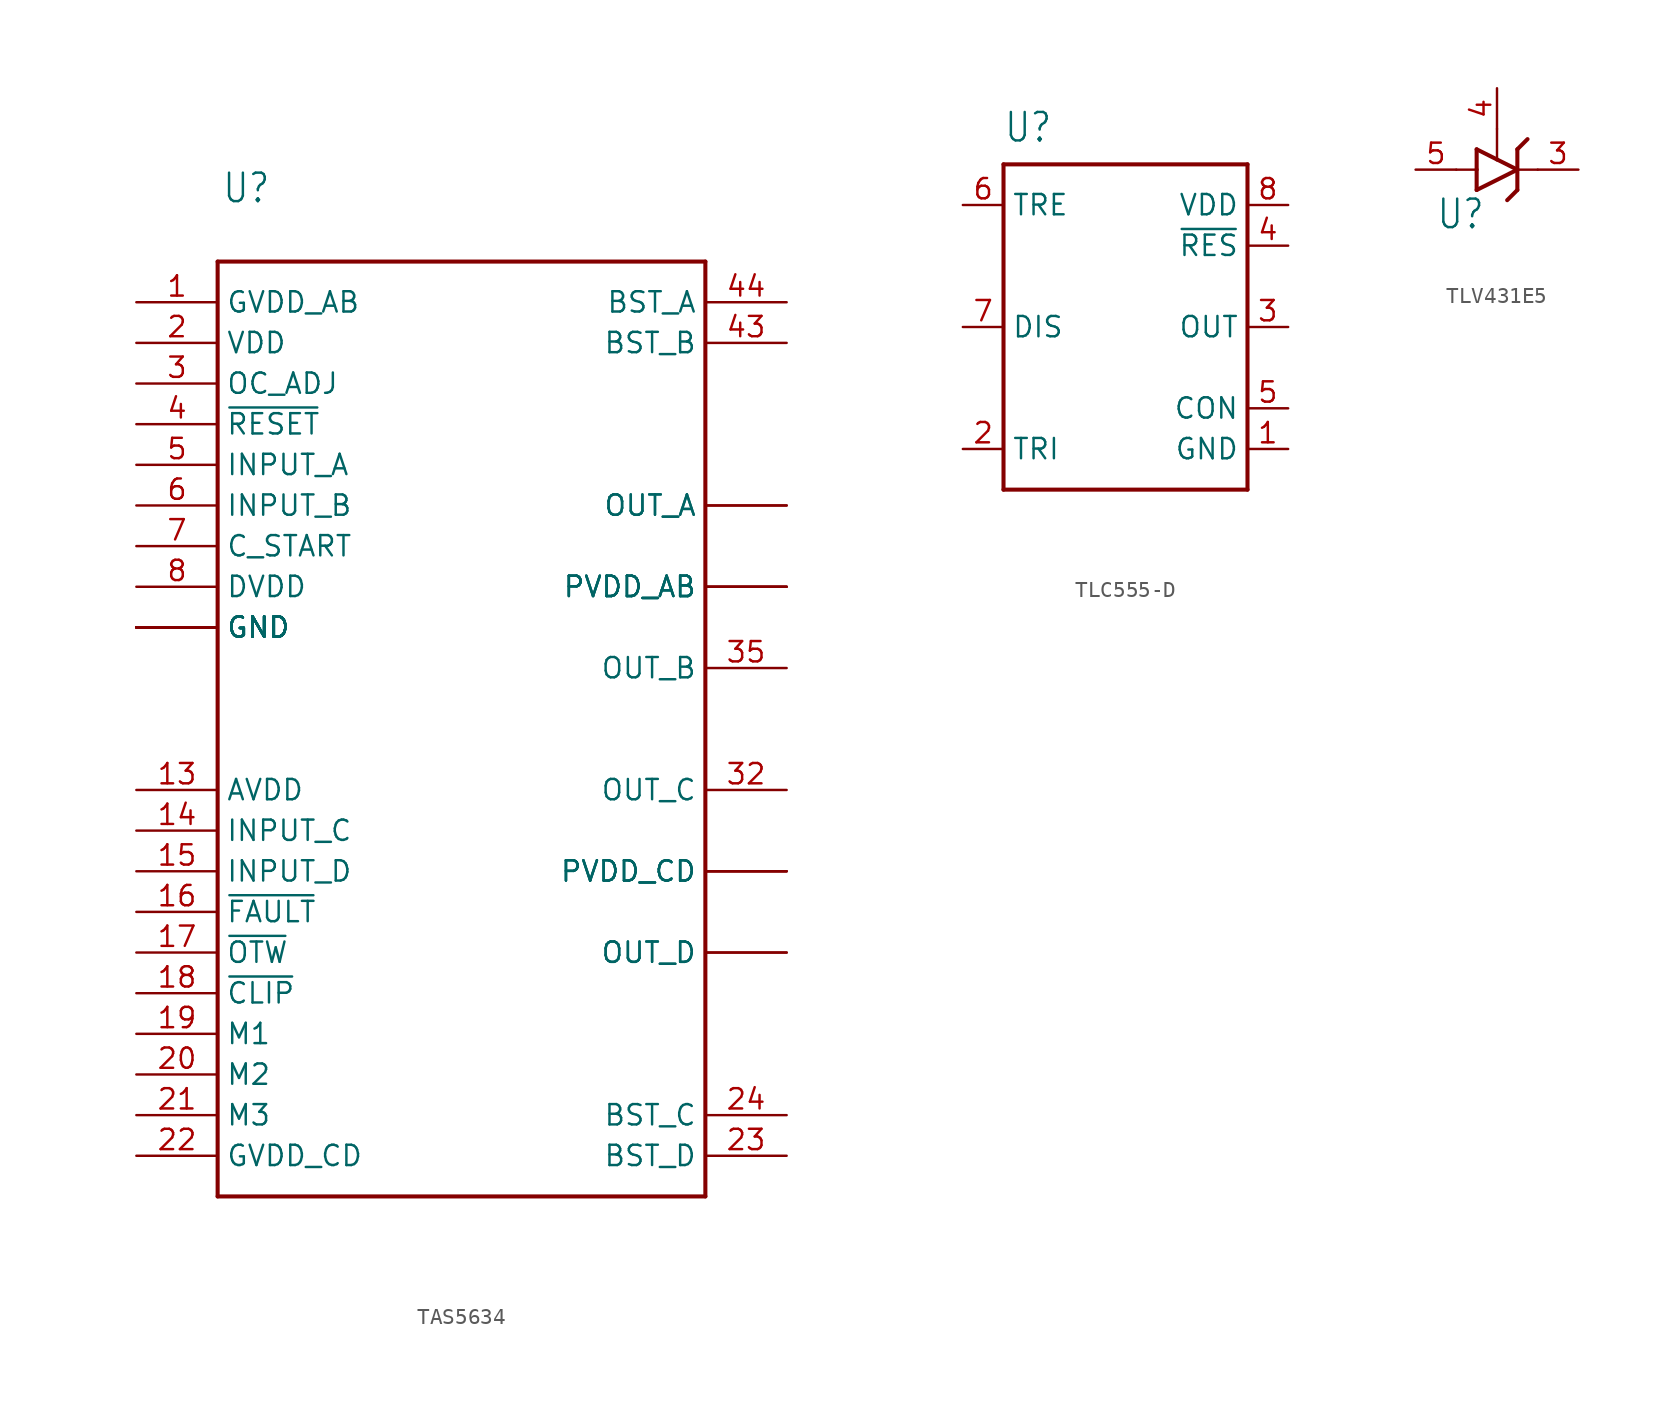
<source format=kicad_sym>
(kicad_symbol_lib
  (version 20231120)
  (generator "kicad_symbol_editor")
  (generator_version "8.0")
  (symbol "TAS5634"
    (property "Reference" "U"
      (at -14.986 31.496 0)
      (effects (font (size 1.778 1.511)) (justify left bottom)))
    (property "Value" ""
      (at -14.986 28.702 0)
      (effects (font (size 1.778 1.511)) (justify left bottom)))
    (property "ki_locked" ""
      (at 0 0 0)
      (effects (font (size 1.27 1.27))))
    (symbol "TAS5634_1_0"
      (polyline (pts (xy -15.24 -30.48) (xy 15.24 -30.48)) (stroke (width 0.254) (type solid)) (fill (type none)))
      (polyline (pts (xy -15.24 27.94) (xy -15.24 -30.48)) (stroke (width 0.254) (type solid)) (fill (type none)))
      (polyline (pts (xy 15.24 -30.48) (xy 15.24 27.94)) (stroke (width 0.254) (type solid)) (fill (type none)))
      (polyline (pts (xy 15.24 27.94) (xy -15.24 27.94)) (stroke (width 0.254) (type solid)) (fill (type none)))
      (pin bidirectional line (at -20.32 25.4 0) (length 5.08) (name "GVDD_AB" (effects (font (size 1.27 1.27)))) (number "1" (effects (font (size 1.27 1.27)))))
      (pin bidirectional line (at -20.32 5.08 0) (length 5.08) (name "GND" (effects (font (size 1.27 1.27)))) (number "10" (effects (font (size 0 0)))))
      (pin bidirectional line (at -20.32 5.08 0) (length 5.08) (name "GND" (effects (font (size 1.27 1.27)))) (number "11" (effects (font (size 0 0)))))
      (pin bidirectional line (at -20.32 5.08 0) (length 5.08) (name "GND" (effects (font (size 1.27 1.27)))) (number "12" (effects (font (size 0 0)))))
      (pin bidirectional line (at -20.32 -5.08 0) (length 5.08) (name "AVDD" (effects (font (size 1.27 1.27)))) (number "13" (effects (font (size 1.27 1.27)))))
      (pin bidirectional line (at -20.32 -7.62 0) (length 5.08) (name "INPUT_C" (effects (font (size 1.27 1.27)))) (number "14" (effects (font (size 1.27 1.27)))))
      (pin bidirectional line (at -20.32 -10.16 0) (length 5.08) (name "INPUT_D" (effects (font (size 1.27 1.27)))) (number "15" (effects (font (size 1.27 1.27)))))
      (pin bidirectional line (at -20.32 -12.7 0) (length 5.08) (name "~{FAULT}" (effects (font (size 1.27 1.27)))) (number "16" (effects (font (size 1.27 1.27)))))
      (pin bidirectional line (at -20.32 -15.24 0) (length 5.08) (name "~{OTW}" (effects (font (size 1.27 1.27)))) (number "17" (effects (font (size 1.27 1.27)))))
      (pin bidirectional line (at -20.32 -17.78 0) (length 5.08) (name "~{CLIP}" (effects (font (size 1.27 1.27)))) (number "18" (effects (font (size 1.27 1.27)))))
      (pin bidirectional line (at -20.32 -20.32 0) (length 5.08) (name "M1" (effects (font (size 1.27 1.27)))) (number "19" (effects (font (size 1.27 1.27)))))
      (pin bidirectional line (at -20.32 22.86 0) (length 5.08) (name "VDD" (effects (font (size 1.27 1.27)))) (number "2" (effects (font (size 1.27 1.27)))))
      (pin bidirectional line (at -20.32 -22.86 0) (length 5.08) (name "M2" (effects (font (size 1.27 1.27)))) (number "20" (effects (font (size 1.27 1.27)))))
      (pin bidirectional line (at -20.32 -25.4 0) (length 5.08) (name "M3" (effects (font (size 1.27 1.27)))) (number "21" (effects (font (size 1.27 1.27)))))
      (pin bidirectional line (at -20.32 -27.94 0) (length 5.08) (name "GVDD_CD" (effects (font (size 1.27 1.27)))) (number "22" (effects (font (size 1.27 1.27)))))
      (pin bidirectional line (at 20.32 -27.94 180) (length 5.08) (name "BST_D" (effects (font (size 1.27 1.27)))) (number "23" (effects (font (size 1.27 1.27)))))
      (pin bidirectional line (at 20.32 -25.4 180) (length 5.08) (name "BST_C" (effects (font (size 1.27 1.27)))) (number "24" (effects (font (size 1.27 1.27)))))
      (pin bidirectional line (at -20.32 5.08 0) (length 5.08) (name "GND" (effects (font (size 1.27 1.27)))) (number "25" (effects (font (size 0 0)))))
      (pin bidirectional line (at -20.32 5.08 0) (length 5.08) (name "GND" (effects (font (size 1.27 1.27)))) (number "26" (effects (font (size 0 0)))))
      (pin bidirectional line (at 20.32 -15.24 180) (length 5.08) (name "OUT_D" (effects (font (size 1.27 1.27)))) (number "27" (effects (font (size 0 0)))))
      (pin bidirectional line (at 20.32 -15.24 180) (length 5.08) (name "OUT_D" (effects (font (size 1.27 1.27)))) (number "28" (effects (font (size 0 0)))))
      (pin bidirectional line (at 20.32 -10.16 180) (length 5.08) (name "PVDD_CD" (effects (font (size 1.27 1.27)))) (number "29" (effects (font (size 0 0)))))
      (pin bidirectional line (at -20.32 20.32 0) (length 5.08) (name "OC_ADJ" (effects (font (size 1.27 1.27)))) (number "3" (effects (font (size 1.27 1.27)))))
      (pin bidirectional line (at 20.32 -10.16 180) (length 5.08) (name "PVDD_CD" (effects (font (size 1.27 1.27)))) (number "30" (effects (font (size 0 0)))))
      (pin bidirectional line (at 20.32 -10.16 180) (length 5.08) (name "PVDD_CD" (effects (font (size 1.27 1.27)))) (number "31" (effects (font (size 0 0)))))
      (pin bidirectional line (at 20.32 -5.08 180) (length 5.08) (name "OUT_C" (effects (font (size 1.27 1.27)))) (number "32" (effects (font (size 1.27 1.27)))))
      (pin bidirectional line (at -20.32 5.08 0) (length 5.08) (name "GND" (effects (font (size 1.27 1.27)))) (number "33" (effects (font (size 0 0)))))
      (pin bidirectional line (at -20.32 5.08 0) (length 5.08) (name "GND" (effects (font (size 1.27 1.27)))) (number "34" (effects (font (size 0 0)))))
      (pin bidirectional line (at 20.32 2.54 180) (length 5.08) (name "OUT_B" (effects (font (size 1.27 1.27)))) (number "35" (effects (font (size 1.27 1.27)))))
      (pin bidirectional line (at 20.32 7.62 180) (length 5.08) (name "PVDD_AB" (effects (font (size 1.27 1.27)))) (number "36" (effects (font (size 0 0)))))
      (pin bidirectional line (at 20.32 7.62 180) (length 5.08) (name "PVDD_AB" (effects (font (size 1.27 1.27)))) (number "37" (effects (font (size 0 0)))))
      (pin bidirectional line (at 20.32 7.62 180) (length 5.08) (name "PVDD_AB" (effects (font (size 1.27 1.27)))) (number "38" (effects (font (size 0 0)))))
      (pin bidirectional line (at 20.32 12.7 180) (length 5.08) (name "OUT_A" (effects (font (size 1.27 1.27)))) (number "39" (effects (font (size 0 0)))))
      (pin bidirectional line (at -20.32 17.78 0) (length 5.08) (name "~{RESET}" (effects (font (size 1.27 1.27)))) (number "4" (effects (font (size 1.27 1.27)))))
      (pin bidirectional line (at 20.32 12.7 180) (length 5.08) (name "OUT_A" (effects (font (size 1.27 1.27)))) (number "40" (effects (font (size 0 0)))))
      (pin bidirectional line (at -20.32 5.08 0) (length 5.08) (name "GND" (effects (font (size 1.27 1.27)))) (number "41" (effects (font (size 0 0)))))
      (pin bidirectional line (at -20.32 5.08 0) (length 5.08) (name "GND" (effects (font (size 1.27 1.27)))) (number "42" (effects (font (size 0 0)))))
      (pin bidirectional line (at 20.32 22.86 180) (length 5.08) (name "BST_B" (effects (font (size 1.27 1.27)))) (number "43" (effects (font (size 1.27 1.27)))))
      (pin bidirectional line (at 20.32 25.4 180) (length 5.08) (name "BST_A" (effects (font (size 1.27 1.27)))) (number "44" (effects (font (size 1.27 1.27)))))
      (pin bidirectional line (at -20.32 15.24 0) (length 5.08) (name "INPUT_A" (effects (font (size 1.27 1.27)))) (number "5" (effects (font (size 1.27 1.27)))))
      (pin bidirectional line (at -20.32 12.7 0) (length 5.08) (name "INPUT_B" (effects (font (size 1.27 1.27)))) (number "6" (effects (font (size 1.27 1.27)))))
      (pin bidirectional line (at -20.32 10.16 0) (length 5.08) (name "C_START" (effects (font (size 1.27 1.27)))) (number "7" (effects (font (size 1.27 1.27)))))
      (pin bidirectional line (at -20.32 7.62 0) (length 5.08) (name "DVDD" (effects (font (size 1.27 1.27)))) (number "8" (effects (font (size 1.27 1.27)))))
      (pin bidirectional line (at -20.32 5.08 0) (length 5.08) (name "GND" (effects (font (size 1.27 1.27)))) (number "9" (effects (font (size 0 0)))))))
  (symbol "TLC555-D"
    (property "Reference" "U"
      (at -7.62 11.43 0)
      (effects (font (size 1.778 1.511)) (justify left bottom)))
    (property "Value" ""
      (at -7.62 -12.7 0)
      (effects (font (size 1.778 1.511)) (justify left bottom)))
    (property "ki_locked" ""
      (at 0 0 0)
      (effects (font (size 1.27 1.27))))
    (symbol "TLC555-D_1_0"
      (polyline (pts (xy -7.62 -10.16) (xy 7.62 -10.16)) (stroke (width 0.254) (type solid)) (fill (type none)))
      (polyline (pts (xy -7.62 10.16) (xy -7.62 -10.16)) (stroke (width 0.254) (type solid)) (fill (type none)))
      (polyline (pts (xy 7.62 -10.16) (xy 7.62 10.16)) (stroke (width 0.254) (type solid)) (fill (type none)))
      (polyline (pts (xy 7.62 10.16) (xy -7.62 10.16)) (stroke (width 0.254) (type solid)) (fill (type none)))
      (pin power_in line (at 10.16 -7.62 180) (length 2.54) (name "GND" (effects (font (size 1.27 1.27)))) (number "1" (effects (font (size 1.27 1.27)))))
      (pin input line (at -10.16 -7.62 0) (length 2.54) (name "TRI" (effects (font (size 1.27 1.27)))) (number "2" (effects (font (size 1.27 1.27)))))
      (pin output line (at 10.16 0 180) (length 2.54) (name "OUT" (effects (font (size 1.27 1.27)))) (number "3" (effects (font (size 1.27 1.27)))))
      (pin input line (at 10.16 5.08 180) (length 2.54) (name "~{RES}" (effects (font (size 1.27 1.27)))) (number "4" (effects (font (size 1.27 1.27)))))
      (pin input line (at 10.16 -5.08 180) (length 2.54) (name "CON" (effects (font (size 1.27 1.27)))) (number "5" (effects (font (size 1.27 1.27)))))
      (pin input line (at -10.16 7.62 0) (length 2.54) (name "TRE" (effects (font (size 1.27 1.27)))) (number "6" (effects (font (size 1.27 1.27)))))
      (pin output line (at -10.16 0 0) (length 2.54) (name "DIS" (effects (font (size 1.27 1.27)))) (number "7" (effects (font (size 1.27 1.27)))))
      (pin power_in line (at 10.16 7.62 180) (length 2.54) (name "VDD" (effects (font (size 1.27 1.27)))) (number "8" (effects (font (size 1.27 1.27)))))))
  (symbol "TLV431E5"
    (property "Reference" "U"
      (at -3.81 -3.81 0)
      (effects (font (size 1.778 1.511)) (justify left bottom)))
    (property "Value" ""
      (at -3.81 -5.715 0)
      (effects (font (size 1.778 1.511)) (justify left bottom)))
    (property "ki_locked" ""
      (at 0 0 0)
      (effects (font (size 1.27 1.27))))
    (symbol "TLV431E5_1_0"
      (polyline (pts (xy -2.54 0) (xy -1.27 0)) (stroke (width 0.152) (type solid)) (fill (type none)))
      (polyline (pts (xy -1.27 -1.27) (xy 1.27 0)) (stroke (width 0.254) (type solid)) (fill (type none)))
      (polyline (pts (xy -1.27 0) (xy -1.27 -1.27)) (stroke (width 0.254) (type solid)) (fill (type none)))
      (polyline (pts (xy -1.27 1.27) (xy -1.27 0)) (stroke (width 0.254) (type solid)) (fill (type none)))
      (polyline (pts (xy 0 0.635) (xy -1.27 1.27)) (stroke (width 0.254) (type solid)) (fill (type none)))
      (polyline (pts (xy 0 2.54) (xy 0 0.635)) (stroke (width 0.152) (type solid)) (fill (type none)))
      (polyline (pts (xy 1.27 -1.27) (xy 0.635 -1.905)) (stroke (width 0.254) (type solid)) (fill (type none)))
      (polyline (pts (xy 1.27 0) (xy 0 0.635)) (stroke (width 0.254) (type solid)) (fill (type none)))
      (polyline (pts (xy 1.27 0) (xy 1.27 -1.27)) (stroke (width 0.254) (type solid)) (fill (type none)))
      (polyline (pts (xy 1.27 1.27) (xy 1.27 0)) (stroke (width 0.254) (type solid)) (fill (type none)))
      (polyline (pts (xy 1.27 1.27) (xy 1.905 1.905)) (stroke (width 0.254) (type solid)) (fill (type none)))
      (polyline (pts (xy 2.54 0) (xy 1.27 0)) (stroke (width 0.152) (type solid)) (fill (type none)))
      (pin passive line (at 5.08 0 180) (length 2.54) (name "C" (effects (font (size 0 0)))) (number "3" (effects (font (size 1.27 1.27)))))
      (pin passive line (at 0 5.08 270) (length 2.54) (name "R" (effects (font (size 0 0)))) (number "4" (effects (font (size 1.27 1.27)))))
      (pin passive line (at -5.08 0 0) (length 2.54) (name "A" (effects (font (size 0 0)))) (number "5" (effects (font (size 1.27 1.27))))))))
</source>
